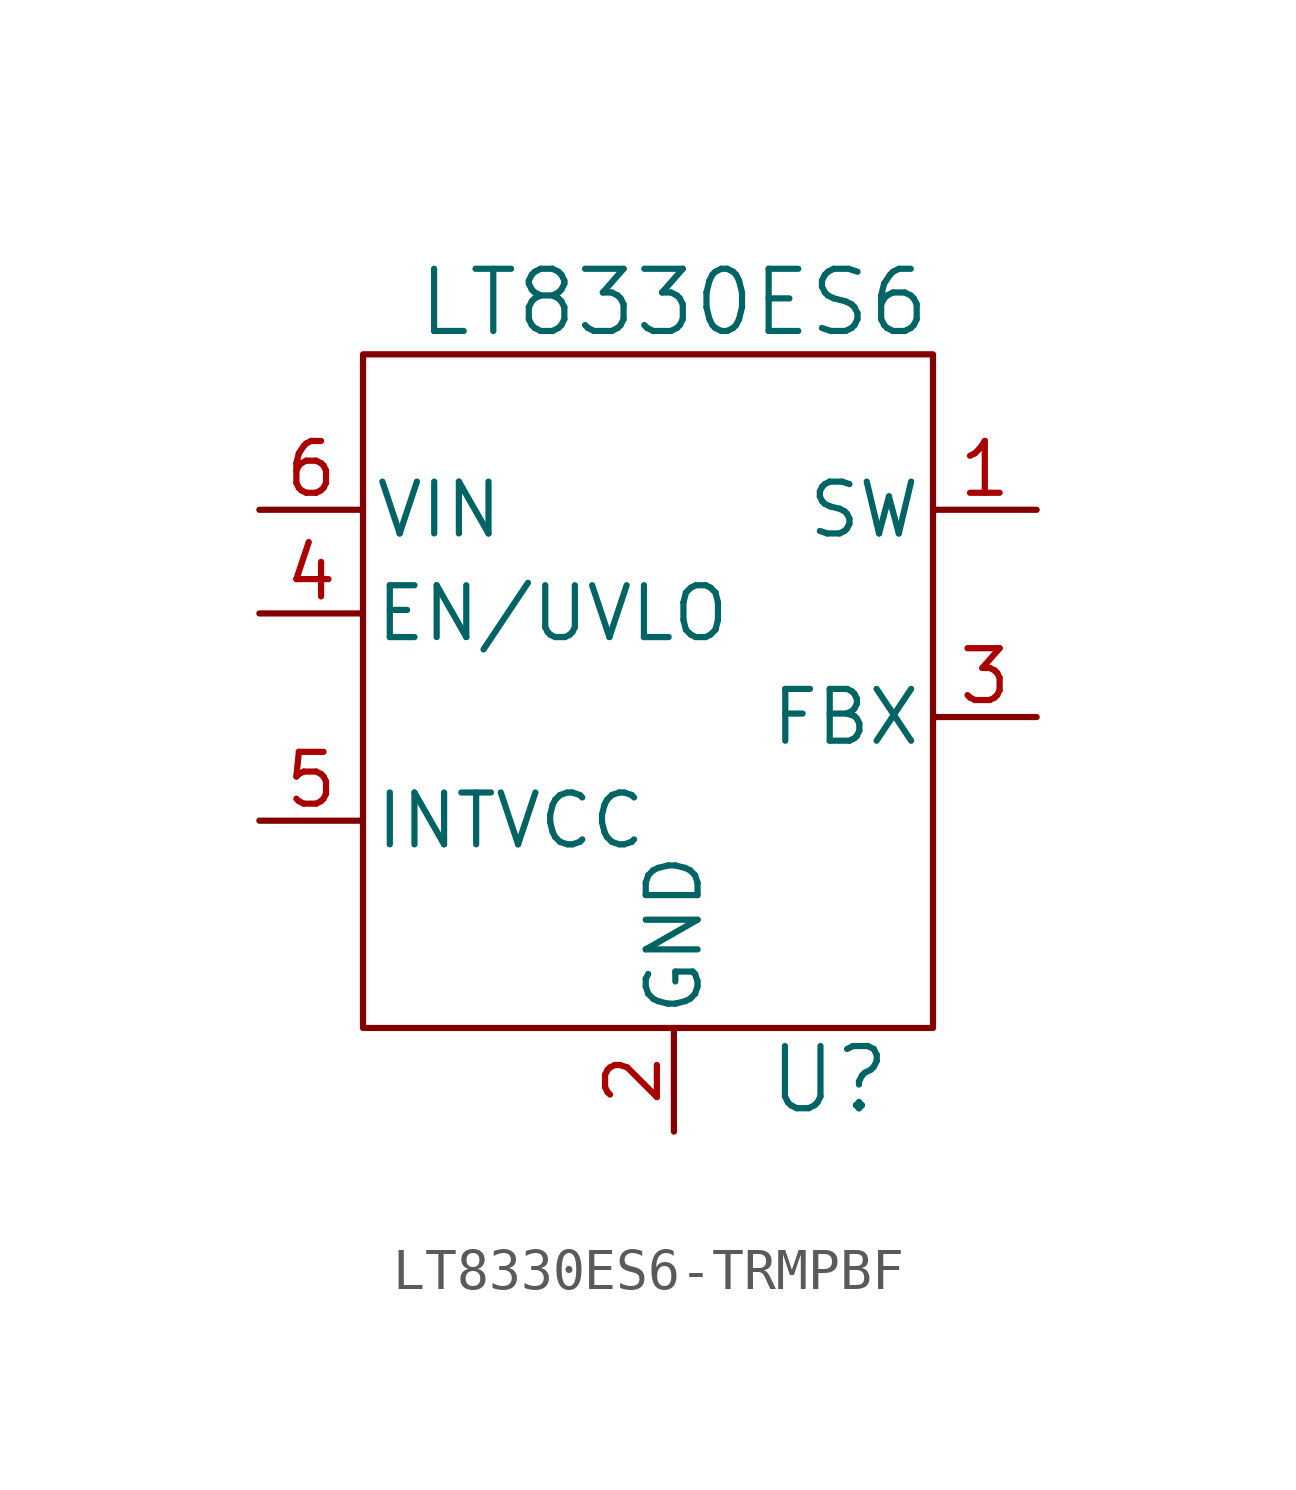
<source format=kicad_sym>
(kicad_symbol_lib
  (version 20231120)
  (generator "kicad_symbol_editor")
  (generator_version "8.0")
  (symbol "LT8330ES6-TRMPBF"
    (pin_names
      (offset 0.254))
    (property "Reference" "U"
      (at 2.54 -10.16 0)
      (effects (font (size 1.524 1.524))))
    (property "Value" "LT8330ES6"
      (at -1.27 8.89 0)
      (effects (font (size 1.524 1.524))))
    (property "ki_locked" ""
      (at 0 0 0)
      (effects (font (size 1.27 1.27))))
    (symbol "LT8330ES6-TRMPBF_0_1"
      (pin output line (at 7.62 3.81 180) (length 2.54) (name "SW" (effects (font (size 1.27 1.27)))) (number "1" (effects (font (size 1.27 1.27)))))
      (pin power_in line (at -1.27 -11.43 90) (length 2.54) (name "GND" (effects (font (size 1.27 1.27)))) (number "2" (effects (font (size 1.27 1.27)))))
      (pin input line (at 7.62 -1.27 180) (length 2.54) (name "FBX" (effects (font (size 1.27 1.27)))) (number "3" (effects (font (size 1.27 1.27)))))
      (pin input line (at -11.43 1.27 0) (length 2.54) (name "EN/UVLO" (effects (font (size 1.27 1.27)))) (number "4" (effects (font (size 1.27 1.27)))))
      (pin passive line (at -11.43 -3.81 0) (length 2.54) (name "INTVCC" (effects (font (size 1.27 1.27)))) (number "5" (effects (font (size 1.27 1.27)))))
      (pin power_in line (at -11.43 3.81 0) (length 2.54) (name "VIN" (effects (font (size 1.27 1.27)))) (number "6" (effects (font (size 1.27 1.27))))))
    (symbol "LT8330ES6-TRMPBF_1_1"
      (rectangle (start -8.89 7.62) (end 5.08 -8.89) (stroke (width 0) (type default)) (fill (type none))))))
</source>
